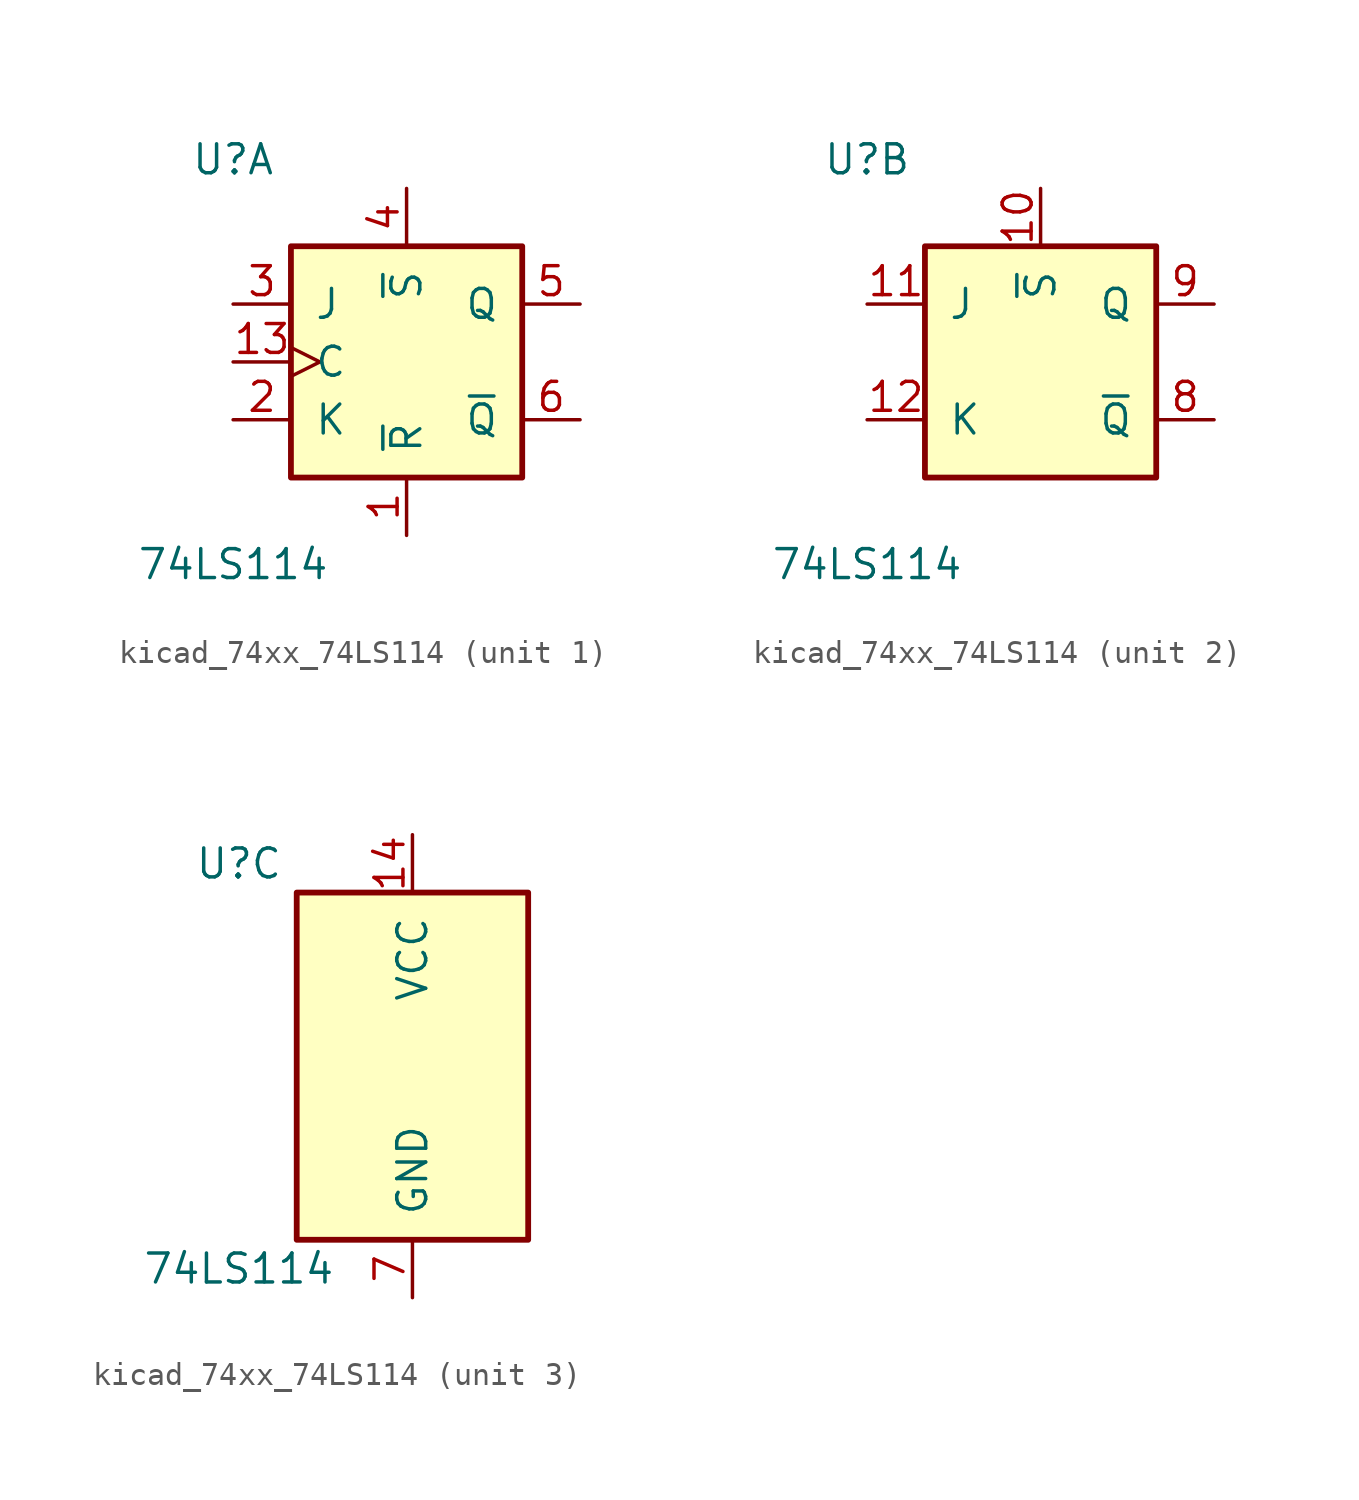
<source format=kicad_sym>
(kicad_symbol_lib
  (version 20220914)
  (generator kicad_symbol_editor)
  (symbol "kicad_74xx_74LS114"
    (pin_names
      (offset 1.016))
    (property "Reference" "U"
      (at -7.62 8.89 0)
      (effects (font (size 1.27 1.27))))
    (property "Value" "74LS114"
      (at -7.62 -8.89 0)
      (effects (font (size 1.27 1.27))))
    (property "ki_locked" ""
      (at 0 0 0)
      (effects (font (size 1.27 1.27))))
    (symbol "kicad_74xx_74LS114_1_0"
      (pin input line (at 0 -7.62 90) (length 2.54) (name "~{R}" (effects (font (size 1.27 1.27)))) (number "1" (effects (font (size 1.27 1.27)))))
      (pin input clock (at -7.62 0 0) (length 2.54) (name "C" (effects (font (size 1.27 1.27)))) (number "13" (effects (font (size 1.27 1.27)))))
      (pin input line (at -7.62 -2.54 0) (length 2.54) (name "K" (effects (font (size 1.27 1.27)))) (number "2" (effects (font (size 1.27 1.27)))))
      (pin input line (at -7.62 2.54 0) (length 2.54) (name "J" (effects (font (size 1.27 1.27)))) (number "3" (effects (font (size 1.27 1.27)))))
      (pin input line (at 0 7.62 270) (length 2.54) (name "~{S}" (effects (font (size 1.27 1.27)))) (number "4" (effects (font (size 1.27 1.27)))))
      (pin output line (at 7.62 2.54 180) (length 2.54) (name "Q" (effects (font (size 1.27 1.27)))) (number "5" (effects (font (size 1.27 1.27)))))
      (pin output line (at 7.62 -2.54 180) (length 2.54) (name "~{Q}" (effects (font (size 1.27 1.27)))) (number "6" (effects (font (size 1.27 1.27))))))
    (symbol "kicad_74xx_74LS114_1_1"
      (rectangle (start -5.08 5.08) (end 5.08 -5.08) (stroke (width 0.254) (type default)) (fill (type background))))
    (symbol "kicad_74xx_74LS114_2_0"
      (pin input line (at 0 7.62 270) (length 2.54) (name "~{S}" (effects (font (size 1.27 1.27)))) (number "10" (effects (font (size 1.27 1.27)))))
      (pin input line (at -7.62 2.54 0) (length 2.54) (name "J" (effects (font (size 1.27 1.27)))) (number "11" (effects (font (size 1.27 1.27)))))
      (pin input line (at -7.62 -2.54 0) (length 2.54) (name "K" (effects (font (size 1.27 1.27)))) (number "12" (effects (font (size 1.27 1.27)))))
      (pin output line (at 7.62 -2.54 180) (length 2.54) (name "~{Q}" (effects (font (size 1.27 1.27)))) (number "8" (effects (font (size 1.27 1.27)))))
      (pin output line (at 7.62 2.54 180) (length 2.54) (name "Q" (effects (font (size 1.27 1.27)))) (number "9" (effects (font (size 1.27 1.27))))))
    (symbol "kicad_74xx_74LS114_2_1"
      (rectangle (start -5.08 5.08) (end 5.08 -5.08) (stroke (width 0.254) (type default)) (fill (type background))))
    (symbol "kicad_74xx_74LS114_3_0"
      (pin power_in line (at 0 10.16 270) (length 2.54) (name "VCC" (effects (font (size 1.27 1.27)))) (number "14" (effects (font (size 1.27 1.27)))))
      (pin power_in line (at 0 -10.16 90) (length 2.54) (name "GND" (effects (font (size 1.27 1.27)))) (number "7" (effects (font (size 1.27 1.27))))))
    (symbol "kicad_74xx_74LS114_3_1"
      (rectangle (start -5.08 7.62) (end 5.08 -7.62) (stroke (width 0.254) (type default)) (fill (type background))))))
</source>
